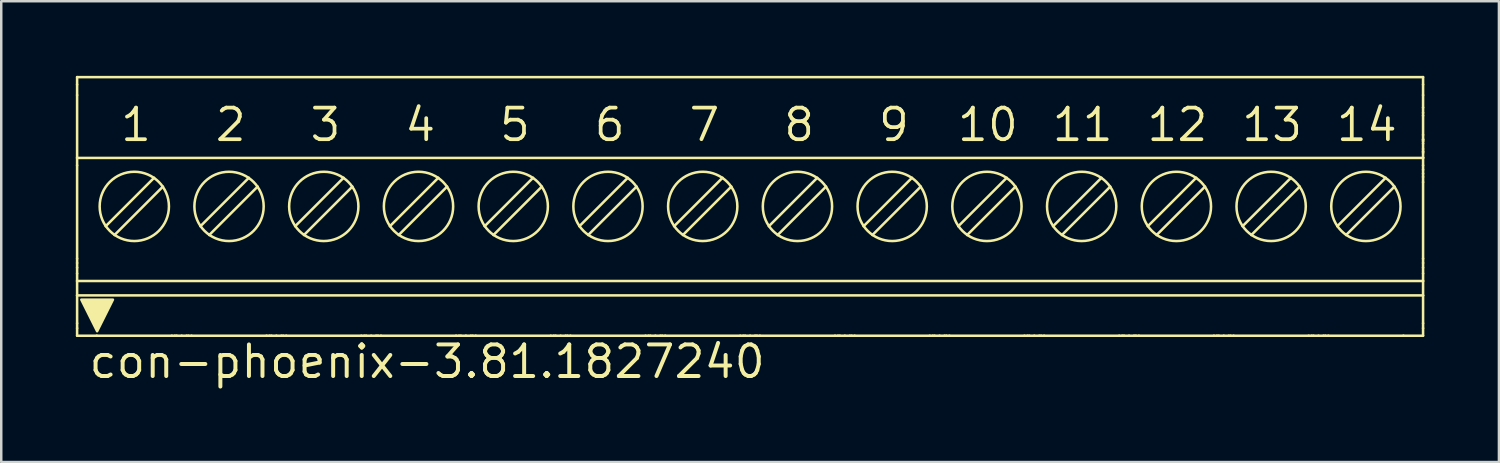
<source format=kicad_pcb>
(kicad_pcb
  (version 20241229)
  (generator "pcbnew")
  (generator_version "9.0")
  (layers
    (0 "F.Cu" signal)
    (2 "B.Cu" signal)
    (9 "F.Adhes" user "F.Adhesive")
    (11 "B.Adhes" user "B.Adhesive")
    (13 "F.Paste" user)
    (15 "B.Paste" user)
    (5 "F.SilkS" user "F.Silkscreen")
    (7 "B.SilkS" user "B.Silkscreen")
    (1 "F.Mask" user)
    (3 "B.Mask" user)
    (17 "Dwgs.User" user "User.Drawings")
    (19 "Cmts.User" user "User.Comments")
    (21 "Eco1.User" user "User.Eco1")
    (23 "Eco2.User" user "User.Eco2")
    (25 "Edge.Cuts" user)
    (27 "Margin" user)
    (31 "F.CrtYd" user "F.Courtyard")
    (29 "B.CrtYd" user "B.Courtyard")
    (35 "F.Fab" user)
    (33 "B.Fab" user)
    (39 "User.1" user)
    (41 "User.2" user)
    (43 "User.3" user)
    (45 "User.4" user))
  (footprint "con-phoenix-3.81.1827240"
    (layer "F.Cu")
    (at 27.116 5.251)
    (property "Reference" "con-phoenix-3.81.1827240" (at -26.67 6.985 0) (layer "F.SilkS") (effects (font (size 1.27 1.27) (thickness 0.16)) (justify left bottom)))
    (fp_line (start -27.065 -5.2) (end -27.065 -4.9) (stroke (width 0.102) (type default)) (layer "F.SilkS"))
    (fp_line (start -27.065 -4.9) (end -27.065 -4.475) (stroke (width 0.102) (type default)) (layer "F.SilkS"))
    (fp_line (start -27.065 -4.475) (end -27.065 -1.95) (stroke (width 0.102) (type default)) (layer "F.SilkS"))
    (fp_line (start -27.065 -1.95) (end -27.065 -1.65) (stroke (width 0.102) (type default)) (layer "F.SilkS"))
    (fp_line (start -27.065 -1.65) (end -27.065 2.1) (stroke (width 0.102) (type default)) (layer "F.SilkS"))
    (fp_line (start -27.065 2.1) (end -27.065 2.275) (stroke (width 0.102) (type default)) (layer "F.SilkS"))
    (fp_line (start -27.065 2.463) (end -27.065 2.275) (stroke (width 0.102) (type default)) (layer "F.SilkS"))
    (fp_line (start -27.065 2.463) (end -27.065 2.7) (stroke (width 0.102) (type default)) (layer "F.SilkS"))
    (fp_line (start -27.065 2.7) (end -27.065 3) (stroke (width 0.102) (type default)) (layer "F.SilkS"))
    (fp_line (start -27.065 3) (end -27.065 3.58) (stroke (width 0.102) (type default)) (layer "F.SilkS"))
    (fp_line (start -27.065 3) (end 27.065 3) (stroke (width 0.102) (type default)) (layer "F.SilkS"))
    (fp_line (start -27.065 3.58) (end -27.065 4.7) (stroke (width 0.102) (type default)) (layer "F.SilkS"))
    (fp_line (start -27.065 3.58) (end 27.065 3.58) (stroke (width 0.102) (type default)) (layer "F.SilkS"))
    (fp_line (start -27.065 4.7) (end -27.065 4.9) (stroke (width 0.102) (type default)) (layer "F.SilkS"))
    (fp_line (start -27.065 4.9) (end -27.065 5.2) (stroke (width 0.102) (type default)) (layer "F.SilkS"))
    (fp_line (start -26.275 5.2) (end -27.065 5.2) (stroke (width 0.102) (type default)) (layer "F.SilkS"))
    (fp_line (start -25.562 1.151) (end -23.614 -0.797) (stroke (width 0.102) (type default)) (layer "F.SilkS"))
    (fp_line (start -23.968 -1.151) (end -25.916 0.797) (stroke (width 0.102) (type default)) (layer "F.SilkS"))
    (fp_line (start -23.255 5.2) (end -26.275 5.2) (stroke (width 0.102) (type default)) (layer "F.SilkS"))
    (fp_line (start -23.135 5.2) (end -23.255 5.2) (stroke (width 0.102) (type default)) (layer "F.SilkS"))
    (fp_line (start -23.061 5.2) (end -23.135 5.2) (stroke (width 0.102) (type default)) (layer "F.SilkS"))
    (fp_line (start -22.86 5.2) (end -23.061 5.2) (stroke (width 0.102) (type default)) (layer "F.SilkS"))
    (fp_line (start -22.659 5.2) (end -22.86 5.2) (stroke (width 0.102) (type default)) (layer "F.SilkS"))
    (fp_line (start -22.585 5.2) (end -22.659 5.2) (stroke (width 0.102) (type default)) (layer "F.SilkS"))
    (fp_line (start -22.465 5.2) (end -22.585 5.2) (stroke (width 0.102) (type default)) (layer "F.SilkS"))
    (fp_line (start -21.752 1.151) (end -19.804 -0.797) (stroke (width 0.102) (type default)) (layer "F.SilkS"))
    (fp_line (start -20.158 -1.151) (end -22.106 0.797) (stroke (width 0.102) (type default)) (layer "F.SilkS"))
    (fp_line (start -19.445 5.2) (end -22.465 5.2) (stroke (width 0.102) (type default)) (layer "F.SilkS"))
    (fp_line (start -19.325 5.2) (end -19.445 5.2) (stroke (width 0.102) (type default)) (layer "F.SilkS"))
    (fp_line (start -19.251 5.2) (end -19.325 5.2) (stroke (width 0.102) (type default)) (layer "F.SilkS"))
    (fp_line (start -19.05 5.2) (end -19.251 5.2) (stroke (width 0.102) (type default)) (layer "F.SilkS"))
    (fp_line (start -18.849 5.2) (end -19.05 5.2) (stroke (width 0.102) (type default)) (layer "F.SilkS"))
    (fp_line (start -18.775 5.2) (end -18.849 5.2) (stroke (width 0.102) (type default)) (layer "F.SilkS"))
    (fp_line (start -18.655 5.2) (end -18.775 5.2) (stroke (width 0.102) (type default)) (layer "F.SilkS"))
    (fp_line (start -17.942 1.151) (end -15.994 -0.797) (stroke (width 0.102) (type default)) (layer "F.SilkS"))
    (fp_line (start -16.348 -1.151) (end -18.296 0.797) (stroke (width 0.102) (type default)) (layer "F.SilkS"))
    (fp_line (start -15.635 5.2) (end -18.655 5.2) (stroke (width 0.102) (type default)) (layer "F.SilkS"))
    (fp_line (start -15.515 5.2) (end -15.635 5.2) (stroke (width 0.102) (type default)) (layer "F.SilkS"))
    (fp_line (start -15.441 5.2) (end -15.515 5.2) (stroke (width 0.102) (type default)) (layer "F.SilkS"))
    (fp_line (start -15.24 5.2) (end -15.441 5.2) (stroke (width 0.102) (type default)) (layer "F.SilkS"))
    (fp_line (start -15.039 5.2) (end -15.24 5.2) (stroke (width 0.102) (type default)) (layer "F.SilkS"))
    (fp_line (start -14.965 5.2) (end -15.039 5.2) (stroke (width 0.102) (type default)) (layer "F.SilkS"))
    (fp_line (start -14.845 5.2) (end -14.965 5.2) (stroke (width 0.102) (type default)) (layer "F.SilkS"))
    (fp_line (start -14.132 1.151) (end -12.184 -0.797) (stroke (width 0.102) (type default)) (layer "F.SilkS"))
    (fp_line (start -12.538 -1.151) (end -14.486 0.797) (stroke (width 0.102) (type default)) (layer "F.SilkS"))
    (fp_line (start -11.825 5.2) (end -14.845 5.2) (stroke (width 0.102) (type default)) (layer "F.SilkS"))
    (fp_line (start -11.705 5.2) (end -11.825 5.2) (stroke (width 0.102) (type default)) (layer "F.SilkS"))
    (fp_line (start -11.631 5.2) (end -11.705 5.2) (stroke (width 0.102) (type default)) (layer "F.SilkS"))
    (fp_line (start -11.43 5.2) (end -11.631 5.2) (stroke (width 0.102) (type default)) (layer "F.SilkS"))
    (fp_line (start -11.229 5.2) (end -11.43 5.2) (stroke (width 0.102) (type default)) (layer "F.SilkS"))
    (fp_line (start -11.155 5.2) (end -11.229 5.2) (stroke (width 0.102) (type default)) (layer "F.SilkS"))
    (fp_line (start -11.035 5.2) (end -11.155 5.2) (stroke (width 0.102) (type default)) (layer "F.SilkS"))
    (fp_line (start -10.322 1.151) (end -8.374 -0.797) (stroke (width 0.102) (type default)) (layer "F.SilkS"))
    (fp_line (start -8.728 -1.151) (end -10.676 0.797) (stroke (width 0.102) (type default)) (layer "F.SilkS"))
    (fp_line (start -8.015 5.2) (end -11.035 5.2) (stroke (width 0.102) (type default)) (layer "F.SilkS"))
    (fp_line (start -7.895 5.2) (end -8.015 5.2) (stroke (width 0.102) (type default)) (layer "F.SilkS"))
    (fp_line (start -7.821 5.2) (end -7.895 5.2) (stroke (width 0.102) (type default)) (layer "F.SilkS"))
    (fp_line (start -7.62 5.2) (end -7.821 5.2) (stroke (width 0.102) (type default)) (layer "F.SilkS"))
    (fp_line (start -7.419 5.2) (end -7.62 5.2) (stroke (width 0.102) (type default)) (layer "F.SilkS"))
    (fp_line (start -7.345 5.2) (end -7.419 5.2) (stroke (width 0.102) (type default)) (layer "F.SilkS"))
    (fp_line (start -7.225 5.2) (end -7.345 5.2) (stroke (width 0.102) (type default)) (layer "F.SilkS"))
    (fp_line (start -6.512 1.151) (end -4.564 -0.797) (stroke (width 0.102) (type default)) (layer "F.SilkS"))
    (fp_line (start -4.918 -1.151) (end -6.866 0.797) (stroke (width 0.102) (type default)) (layer "F.SilkS"))
    (fp_line (start -4.205 5.2) (end -7.225 5.2) (stroke (width 0.102) (type default)) (layer "F.SilkS"))
    (fp_line (start -4.085 5.2) (end -4.205 5.2) (stroke (width 0.102) (type default)) (layer "F.SilkS"))
    (fp_line (start -4.011 5.2) (end -4.085 5.2) (stroke (width 0.102) (type default)) (layer "F.SilkS"))
    (fp_line (start -3.81 5.2) (end -4.011 5.2) (stroke (width 0.102) (type default)) (layer "F.SilkS"))
    (fp_line (start -3.609 5.2) (end -3.81 5.2) (stroke (width 0.102) (type default)) (layer "F.SilkS"))
    (fp_line (start -3.535 5.2) (end -3.609 5.2) (stroke (width 0.102) (type default)) (layer "F.SilkS"))
    (fp_line (start -3.415 5.2) (end -3.535 5.2) (stroke (width 0.102) (type default)) (layer "F.SilkS"))
    (fp_line (start -2.702 1.151) (end -0.754 -0.797) (stroke (width 0.102) (type default)) (layer "F.SilkS"))
    (fp_line (start -1.108 -1.151) (end -3.056 0.797) (stroke (width 0.102) (type default)) (layer "F.SilkS"))
    (fp_line (start -0.395 5.2) (end -3.415 5.2) (stroke (width 0.102) (type default)) (layer "F.SilkS"))
    (fp_line (start -0.275 5.2) (end -0.395 5.2) (stroke (width 0.102) (type default)) (layer "F.SilkS"))
    (fp_line (start -0.201 5.2) (end -0.275 5.2) (stroke (width 0.102) (type default)) (layer "F.SilkS"))
    (fp_line (start 0 5.2) (end -0.201 5.2) (stroke (width 0.102) (type default)) (layer "F.SilkS"))
    (fp_line (start 0.201 5.2) (end 0 5.2) (stroke (width 0.102) (type default)) (layer "F.SilkS"))
    (fp_line (start 0.275 5.2) (end 0.201 5.2) (stroke (width 0.102) (type default)) (layer "F.SilkS"))
    (fp_line (start 0.395 5.2) (end 0.275 5.2) (stroke (width 0.102) (type default)) (layer "F.SilkS"))
    (fp_line (start 1.108 1.151) (end 3.056 -0.797) (stroke (width 0.102) (type default)) (layer "F.SilkS"))
    (fp_line (start 2.702 -1.151) (end 0.754 0.797) (stroke (width 0.102) (type default)) (layer "F.SilkS"))
    (fp_line (start 3.415 5.2) (end 0.395 5.2) (stroke (width 0.102) (type default)) (layer "F.SilkS"))
    (fp_line (start 3.535 5.2) (end 3.415 5.2) (stroke (width 0.102) (type default)) (layer "F.SilkS"))
    (fp_line (start 3.609 5.2) (end 3.535 5.2) (stroke (width 0.102) (type default)) (layer "F.SilkS"))
    (fp_line (start 3.81 5.2) (end 3.609 5.2) (stroke (width 0.102) (type default)) (layer "F.SilkS"))
    (fp_line (start 4.011 5.2) (end 3.81 5.2) (stroke (width 0.102) (type default)) (layer "F.SilkS"))
    (fp_line (start 4.085 5.2) (end 4.011 5.2) (stroke (width 0.102) (type default)) (layer "F.SilkS"))
    (fp_line (start 4.205 5.2) (end 4.085 5.2) (stroke (width 0.102) (type default)) (layer "F.SilkS"))
    (fp_line (start 4.918 1.151) (end 6.866 -0.797) (stroke (width 0.102) (type default)) (layer "F.SilkS"))
    (fp_line (start 6.512 -1.151) (end 4.564 0.797) (stroke (width 0.102) (type default)) (layer "F.SilkS"))
    (fp_line (start 7.225 5.2) (end 4.205 5.2) (stroke (width 0.102) (type default)) (layer "F.SilkS"))
    (fp_line (start 7.345 5.2) (end 7.225 5.2) (stroke (width 0.102) (type default)) (layer "F.SilkS"))
    (fp_line (start 7.419 5.2) (end 7.345 5.2) (stroke (width 0.102) (type default)) (layer "F.SilkS"))
    (fp_line (start 7.62 5.2) (end 7.419 5.2) (stroke (width 0.102) (type default)) (layer "F.SilkS"))
    (fp_line (start 7.821 5.2) (end 7.62 5.2) (stroke (width 0.102) (type default)) (layer "F.SilkS"))
    (fp_line (start 7.895 5.2) (end 7.821 5.2) (stroke (width 0.102) (type default)) (layer "F.SilkS"))
    (fp_line (start 8.015 5.2) (end 7.895 5.2) (stroke (width 0.102) (type default)) (layer "F.SilkS"))
    (fp_line (start 8.728 1.151) (end 10.676 -0.797) (stroke (width 0.102) (type default)) (layer "F.SilkS"))
    (fp_line (start 10.322 -1.151) (end 8.374 0.797) (stroke (width 0.102) (type default)) (layer "F.SilkS"))
    (fp_line (start 11.035 5.2) (end 8.015 5.2) (stroke (width 0.102) (type default)) (layer "F.SilkS"))
    (fp_line (start 11.155 5.2) (end 11.035 5.2) (stroke (width 0.102) (type default)) (layer "F.SilkS"))
    (fp_line (start 11.229 5.2) (end 11.155 5.2) (stroke (width 0.102) (type default)) (layer "F.SilkS"))
    (fp_line (start 11.43 5.2) (end 11.229 5.2) (stroke (width 0.102) (type default)) (layer "F.SilkS"))
    (fp_line (start 11.631 5.2) (end 11.43 5.2) (stroke (width 0.102) (type default)) (layer "F.SilkS"))
    (fp_line (start 11.705 5.2) (end 11.631 5.2) (stroke (width 0.102) (type default)) (layer "F.SilkS"))
    (fp_line (start 11.825 5.2) (end 11.705 5.2) (stroke (width 0.102) (type default)) (layer "F.SilkS"))
    (fp_line (start 12.538 1.151) (end 14.486 -0.797) (stroke (width 0.102) (type default)) (layer "F.SilkS"))
    (fp_line (start 14.132 -1.151) (end 12.184 0.797) (stroke (width 0.102) (type default)) (layer "F.SilkS"))
    (fp_line (start 14.845 5.2) (end 11.825 5.2) (stroke (width 0.102) (type default)) (layer "F.SilkS"))
    (fp_line (start 14.965 5.2) (end 14.845 5.2) (stroke (width 0.102) (type default)) (layer "F.SilkS"))
    (fp_line (start 15.039 5.2) (end 14.965 5.2) (stroke (width 0.102) (type default)) (layer "F.SilkS"))
    (fp_line (start 15.24 5.2) (end 15.039 5.2) (stroke (width 0.102) (type default)) (layer "F.SilkS"))
    (fp_line (start 15.441 5.2) (end 15.24 5.2) (stroke (width 0.102) (type default)) (layer "F.SilkS"))
    (fp_line (start 15.515 5.2) (end 15.441 5.2) (stroke (width 0.102) (type default)) (layer "F.SilkS"))
    (fp_line (start 15.635 5.2) (end 15.515 5.2) (stroke (width 0.102) (type default)) (layer "F.SilkS"))
    (fp_line (start 16.348 1.151) (end 18.296 -0.797) (stroke (width 0.102) (type default)) (layer "F.SilkS"))
    (fp_line (start 17.942 -1.151) (end 15.994 0.797) (stroke (width 0.102) (type default)) (layer "F.SilkS"))
    (fp_line (start 18.655 5.2) (end 15.635 5.2) (stroke (width 0.102) (type default)) (layer "F.SilkS"))
    (fp_line (start 18.775 5.2) (end 18.655 5.2) (stroke (width 0.102) (type default)) (layer "F.SilkS"))
    (fp_line (start 18.849 5.2) (end 18.775 5.2) (stroke (width 0.102) (type default)) (layer "F.SilkS"))
    (fp_line (start 19.05 5.2) (end 18.849 5.2) (stroke (width 0.102) (type default)) (layer "F.SilkS"))
    (fp_line (start 19.251 5.2) (end 19.05 5.2) (stroke (width 0.102) (type default)) (layer "F.SilkS"))
    (fp_line (start 19.325 5.2) (end 19.251 5.2) (stroke (width 0.102) (type default)) (layer "F.SilkS"))
    (fp_line (start 19.445 5.2) (end 19.325 5.2) (stroke (width 0.102) (type default)) (layer "F.SilkS"))
    (fp_line (start 20.158 1.151) (end 22.106 -0.797) (stroke (width 0.102) (type default)) (layer "F.SilkS"))
    (fp_line (start 21.752 -1.151) (end 19.804 0.797) (stroke (width 0.102) (type default)) (layer "F.SilkS"))
    (fp_line (start 22.465 5.2) (end 19.445 5.2) (stroke (width 0.102) (type default)) (layer "F.SilkS"))
    (fp_line (start 22.585 5.2) (end 22.465 5.2) (stroke (width 0.102) (type default)) (layer "F.SilkS"))
    (fp_line (start 22.659 5.2) (end 22.585 5.2) (stroke (width 0.102) (type default)) (layer "F.SilkS"))
    (fp_line (start 22.86 5.2) (end 22.659 5.2) (stroke (width 0.102) (type default)) (layer "F.SilkS"))
    (fp_line (start 23.061 5.2) (end 22.86 5.2) (stroke (width 0.102) (type default)) (layer "F.SilkS"))
    (fp_line (start 23.135 5.2) (end 23.061 5.2) (stroke (width 0.102) (type default)) (layer "F.SilkS"))
    (fp_line (start 23.255 5.2) (end 23.135 5.2) (stroke (width 0.102) (type default)) (layer "F.SilkS"))
    (fp_line (start 23.968 1.151) (end 25.916 -0.797) (stroke (width 0.102) (type default)) (layer "F.SilkS"))
    (fp_line (start 25.562 -1.151) (end 23.614 0.797) (stroke (width 0.102) (type default)) (layer "F.SilkS"))
    (fp_line (start 26.275 5.2) (end 23.255 5.2) (stroke (width 0.102) (type default)) (layer "F.SilkS"))
    (fp_line (start 27.065 -5.2) (end -27.065 -5.2) (stroke (width 0.102) (type default)) (layer "F.SilkS"))
    (fp_line (start 27.065 -5.2) (end 27.065 -4.9) (stroke (width 0.102) (type default)) (layer "F.SilkS"))
    (fp_line (start 27.065 -4.475) (end 27.065 -4.9) (stroke (width 0.102) (type default)) (layer "F.SilkS"))
    (fp_line (start 27.065 -3.975) (end 27.065 -4.475) (stroke (width 0.102) (type default)) (layer "F.SilkS"))
    (fp_line (start 27.065 -3.764) (end 27.065 -3.975) (stroke (width 0.102) (type default)) (layer "F.SilkS"))
    (fp_line (start 27.065 -3.652) (end 27.065 -3.764) (stroke (width 0.102) (type default)) (layer "F.SilkS"))
    (fp_line (start 27.065 -2.877) (end 27.065 -3.652) (stroke (width 0.102) (type default)) (layer "F.SilkS"))
    (fp_line (start 27.065 -2.701) (end 27.065 -2.877) (stroke (width 0.102) (type default)) (layer "F.SilkS"))
    (fp_line (start 27.065 -2.688) (end 27.065 -2.701) (stroke (width 0.102) (type default)) (layer "F.SilkS"))
    (fp_line (start 27.065 -2.648) (end 27.065 -2.688) (stroke (width 0.102) (type default)) (layer "F.SilkS"))
    (fp_line (start 27.065 -2.619) (end 27.065 -2.648) (stroke (width 0.102) (type default)) (layer "F.SilkS"))
    (fp_line (start 27.065 -2.53) (end 27.065 -2.619) (stroke (width 0.102) (type default)) (layer "F.SilkS"))
    (fp_line (start 27.065 -2.309) (end 27.065 -2.53) (stroke (width 0.102) (type default)) (layer "F.SilkS"))
    (fp_line (start 27.065 -2.22) (end 27.065 -2.309) (stroke (width 0.102) (type default)) (layer "F.SilkS"))
    (fp_line (start 27.065 -2.192) (end 27.065 -2.22) (stroke (width 0.102) (type default)) (layer "F.SilkS"))
    (fp_line (start 27.065 -2.192) (end 27.065 -2.151) (stroke (width 0.102) (type default)) (layer "F.SilkS"))
    (fp_line (start 27.065 -2.151) (end 27.065 -1.963) (stroke (width 0.102) (type default)) (layer "F.SilkS"))
    (fp_line (start 27.065 -1.963) (end 27.065 -1.95) (stroke (width 0.102) (type default)) (layer "F.SilkS"))
    (fp_line (start 27.065 -1.95) (end -27.065 -1.95) (stroke (width 0.102) (type default)) (layer "F.SilkS"))
    (fp_line (start 27.065 -1.95) (end 27.065 -1.65) (stroke (width 0.102) (type default)) (layer "F.SilkS"))
    (fp_line (start 27.065 -1.65) (end 27.065 -1.475) (stroke (width 0.102) (type default)) (layer "F.SilkS"))
    (fp_line (start 27.065 -1.475) (end 27.065 -1.317) (stroke (width 0.102) (type default)) (layer "F.SilkS"))
    (fp_line (start 27.065 -1.186) (end 27.065 -1.317) (stroke (width 0.102) (type default)) (layer "F.SilkS"))
    (fp_line (start 27.065 -0.975) (end 27.065 -1.186) (stroke (width 0.102) (type default)) (layer "F.SilkS"))
    (fp_line (start 27.065 2.1) (end 27.065 -0.975) (stroke (width 0.102) (type default)) (layer "F.SilkS"))
    (fp_line (start 27.065 2.1) (end 27.065 2.275) (stroke (width 0.102) (type default)) (layer "F.SilkS"))
    (fp_line (start 27.065 2.275) (end 27.065 2.463) (stroke (width 0.102) (type default)) (layer "F.SilkS"))
    (fp_line (start 27.065 2.463) (end 27.065 2.7) (stroke (width 0.102) (type default)) (layer "F.SilkS"))
    (fp_line (start 27.065 2.7) (end 27.065 3) (stroke (width 0.102) (type default)) (layer "F.SilkS"))
    (fp_line (start 27.065 3) (end 27.065 3.58) (stroke (width 0.102) (type default)) (layer "F.SilkS"))
    (fp_line (start 27.065 3.58) (end 27.065 4.7) (stroke (width 0.102) (type default)) (layer "F.SilkS"))
    (fp_line (start 27.065 4.9) (end 27.065 4.7) (stroke (width 0.102) (type default)) (layer "F.SilkS"))
    (fp_line (start 27.065 4.9) (end 27.065 5.2) (stroke (width 0.102) (type default)) (layer "F.SilkS"))
    (fp_line (start 27.065 5.2) (end 26.275 5.2) (stroke (width 0.102) (type default)) (layer "F.SilkS"))
    (fp_circle (center -24.765 0) (end -23.372 0) (stroke (width 0.102) (type default)) (fill no) (layer "F.SilkS"))
    (fp_circle (center -20.955 0) (end -19.562 0) (stroke (width 0.102) (type default)) (fill no) (layer "F.SilkS"))
    (fp_circle (center -17.145 0) (end -15.752 0) (stroke (width 0.102) (type default)) (fill no) (layer "F.SilkS"))
    (fp_circle (center -13.335 0) (end -11.942 0) (stroke (width 0.102) (type default)) (fill no) (layer "F.SilkS"))
    (fp_circle (center -9.525 0) (end -8.132 0) (stroke (width 0.102) (type default)) (fill no) (layer "F.SilkS"))
    (fp_circle (center -5.715 0) (end -4.322 0) (stroke (width 0.102) (type default)) (fill no) (layer "F.SilkS"))
    (fp_circle (center -1.905 0) (end -0.512 0) (stroke (width 0.102) (type default)) (fill no) (layer "F.SilkS"))
    (fp_circle (center 1.905 0) (end 3.298 0) (stroke (width 0.102) (type default)) (fill no) (layer "F.SilkS"))
    (fp_circle (center 5.715 0) (end 7.108 0) (stroke (width 0.102) (type default)) (fill no) (layer "F.SilkS"))
    (fp_circle (center 9.525 0) (end 10.918 0) (stroke (width 0.102) (type default)) (fill no) (layer "F.SilkS"))
    (fp_circle (center 13.335 0) (end 14.728 0) (stroke (width 0.102) (type default)) (fill no) (layer "F.SilkS"))
    (fp_circle (center 17.145 0) (end 18.538 0) (stroke (width 0.102) (type default)) (fill no) (layer "F.SilkS"))
    (fp_circle (center 20.955 0) (end 22.348 0) (stroke (width 0.102) (type default)) (fill no) (layer "F.SilkS"))
    (fp_circle (center 24.765 0) (end 26.158 0) (stroke (width 0.102) (type default)) (fill no) (layer "F.SilkS"))
    (fp_poly (pts (xy -26.26 5.02) (xy -26.895 3.75) (xy -25.625 3.75)) (stroke (width 0.102) (type default)) (fill yes) (layer "F.SilkS"))
    (fp_text user "4" (at -13.97 -2.54 0) (layer "F.SilkS") (effects (font (size 1.27 1.27) (thickness 0.15)) (justify left bottom)))
    (fp_text user "13" (at 19.685 -2.54 0) (layer "F.SilkS") (effects (font (size 1.27 1.27) (thickness 0.15)) (justify left bottom)))
    (fp_text user "5" (at -10.16 -2.54 0) (layer "F.SilkS") (effects (font (size 1.27 1.27) (thickness 0.15)) (justify left bottom)))
    (fp_text user "11" (at 12.065 -2.54 0) (layer "F.SilkS") (effects (font (size 1.27 1.27) (thickness 0.15)) (justify left bottom)))
    (fp_text user "7" (at -2.54 -2.54 0) (layer "F.SilkS") (effects (font (size 1.27 1.27) (thickness 0.15)) (justify left bottom)))
    (fp_text user "10" (at 8.255 -2.54 0) (layer "F.SilkS") (effects (font (size 1.27 1.27) (thickness 0.15)) (justify left bottom)))
    (fp_text user "8" (at 1.27 -2.54 0) (layer "F.SilkS") (effects (font (size 1.27 1.27) (thickness 0.15)) (justify left bottom)))
    (fp_text user "2" (at -21.59 -2.54 0) (layer "F.SilkS") (effects (font (size 1.27 1.27) (thickness 0.15)) (justify left bottom)))
    (fp_text user "6" (at -6.35 -2.54 0) (layer "F.SilkS") (effects (font (size 1.27 1.27) (thickness 0.15)) (justify left bottom)))
    (fp_text user "9" (at 5.08 -2.54 0) (layer "F.SilkS") (effects (font (size 1.27 1.27) (thickness 0.15)) (justify left bottom)))
    (fp_text user "3" (at -17.78 -2.54 0) (layer "F.SilkS") (effects (font (size 1.27 1.27) (thickness 0.15)) (justify left bottom)))
    (fp_text user "12" (at 15.875 -2.54 0) (layer "F.SilkS") (effects (font (size 1.27 1.27) (thickness 0.15)) (justify left bottom)))
    (fp_text user "1" (at -25.4 -2.54 0) (layer "F.SilkS") (effects (font (size 1.27 1.27) (thickness 0.15)) (justify left bottom)))
    (fp_text user "14" (at 23.495 -2.54 0) (layer "F.SilkS") (effects (font (size 1.27 1.27) (thickness 0.15)) (justify left bottom))))
  (gr_rect
    (start -3 -3)
    (end 57.232 15.533)
    (stroke (width 0.1) (type default))
    (fill no)
    (layer "Edge.Cuts")))
</source>
